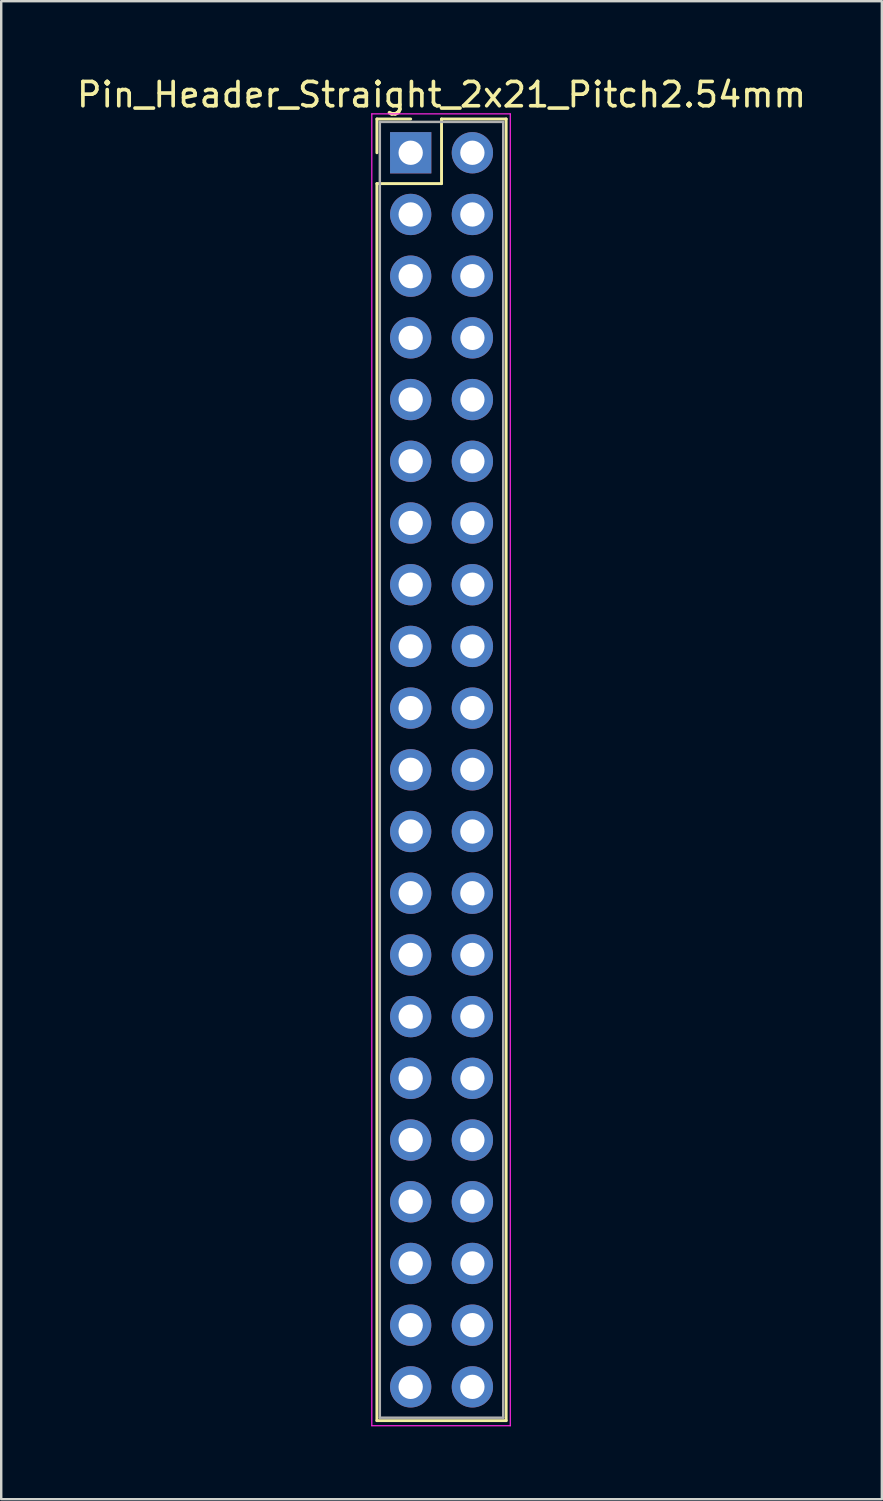
<source format=kicad_pcb>
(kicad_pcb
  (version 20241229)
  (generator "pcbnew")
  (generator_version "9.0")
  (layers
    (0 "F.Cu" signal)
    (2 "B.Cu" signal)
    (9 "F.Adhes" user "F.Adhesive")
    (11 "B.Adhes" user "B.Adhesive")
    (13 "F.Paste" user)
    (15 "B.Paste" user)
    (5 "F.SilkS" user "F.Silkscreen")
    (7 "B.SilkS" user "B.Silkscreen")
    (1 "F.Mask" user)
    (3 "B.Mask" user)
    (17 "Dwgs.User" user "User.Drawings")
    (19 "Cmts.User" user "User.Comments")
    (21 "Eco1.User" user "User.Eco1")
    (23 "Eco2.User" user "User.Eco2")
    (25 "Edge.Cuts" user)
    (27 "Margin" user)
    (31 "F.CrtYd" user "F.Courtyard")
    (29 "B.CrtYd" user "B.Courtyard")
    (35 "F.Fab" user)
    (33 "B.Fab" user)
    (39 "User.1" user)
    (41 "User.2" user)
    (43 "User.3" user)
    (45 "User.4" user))
  (footprint "Pin_Header_Straight_2x21_Pitch2.54mm"
    (layer "F.Cu")
    (at 13.855 3.238)
    (property "Reference" "Pin_Header_Straight_2x21_Pitch2.54mm" (at 1.27 -2.39 0) (layer "F.SilkS") (effects (font (size 1 1) (thickness 0.15))))
    (attr through_hole)
    (fp_line (start -1.39 -1.39) (end 0 -1.39) (stroke (width 0.12) (type solid)) (layer "F.SilkS"))
    (fp_line (start -1.39 0) (end -1.39 -1.39) (stroke (width 0.12) (type solid)) (layer "F.SilkS"))
    (fp_line (start -1.39 1.27) (end -1.39 52.19) (stroke (width 0.12) (type solid)) (layer "F.SilkS"))
    (fp_line (start -1.39 52.19) (end 3.93 52.19) (stroke (width 0.12) (type solid)) (layer "F.SilkS"))
    (fp_line (start 1.27 -1.39) (end 1.27 1.27) (stroke (width 0.12) (type solid)) (layer "F.SilkS"))
    (fp_line (start 1.27 1.27) (end -1.39 1.27) (stroke (width 0.12) (type solid)) (layer "F.SilkS"))
    (fp_line (start 3.93 -1.39) (end 1.27 -1.39) (stroke (width 0.12) (type solid)) (layer "F.SilkS"))
    (fp_line (start 3.93 52.19) (end 3.93 -1.39) (stroke (width 0.12) (type solid)) (layer "F.SilkS"))
    (fp_line (start -1.6 -1.6) (end -1.6 52.4) (stroke (width 0.05) (type solid)) (layer "F.CrtYd"))
    (fp_line (start -1.6 52.4) (end 4.1 52.4) (stroke (width 0.05) (type solid)) (layer "F.CrtYd"))
    (fp_line (start 4.1 -1.6) (end -1.6 -1.6) (stroke (width 0.05) (type solid)) (layer "F.CrtYd"))
    (fp_line (start 4.1 52.4) (end 4.1 -1.6) (stroke (width 0.05) (type solid)) (layer "F.CrtYd"))
    (fp_line (start -1.27 -1.27) (end -1.27 52.07) (stroke (width 0.1) (type solid)) (layer "F.Fab"))
    (fp_line (start -1.27 52.07) (end 3.81 52.07) (stroke (width 0.1) (type solid)) (layer "F.Fab"))
    (fp_line (start 3.81 -1.27) (end -1.27 -1.27) (stroke (width 0.1) (type solid)) (layer "F.Fab"))
    (fp_line (start 3.81 52.07) (end 3.81 -1.27) (stroke (width 0.1) (type solid)) (layer "F.Fab"))
    (pad "1" thru_hole rect (at 0 0) (size 1.7 1.7) (drill 1) (layers "*.Cu" "*.Mask"))
    (pad "2" thru_hole oval (at 2.54 0) (size 1.7 1.7) (drill 1) (layers "*.Cu" "*.Mask"))
    (pad "3" thru_hole oval (at 0 2.54) (size 1.7 1.7) (drill 1) (layers "*.Cu" "*.Mask"))
    (pad "4" thru_hole oval (at 2.54 2.54) (size 1.7 1.7) (drill 1) (layers "*.Cu" "*.Mask"))
    (pad "5" thru_hole oval (at 0 5.08) (size 1.7 1.7) (drill 1) (layers "*.Cu" "*.Mask"))
    (pad "6" thru_hole oval (at 2.54 5.08) (size 1.7 1.7) (drill 1) (layers "*.Cu" "*.Mask"))
    (pad "7" thru_hole oval (at 0 7.62) (size 1.7 1.7) (drill 1) (layers "*.Cu" "*.Mask"))
    (pad "8" thru_hole oval (at 2.54 7.62) (size 1.7 1.7) (drill 1) (layers "*.Cu" "*.Mask"))
    (pad "9" thru_hole oval (at 0 10.16) (size 1.7 1.7) (drill 1) (layers "*.Cu" "*.Mask"))
    (pad "10" thru_hole oval (at 2.54 10.16) (size 1.7 1.7) (drill 1) (layers "*.Cu" "*.Mask"))
    (pad "11" thru_hole oval (at 0 12.7) (size 1.7 1.7) (drill 1) (layers "*.Cu" "*.Mask"))
    (pad "12" thru_hole oval (at 2.54 12.7) (size 1.7 1.7) (drill 1) (layers "*.Cu" "*.Mask"))
    (pad "13" thru_hole oval (at 0 15.24) (size 1.7 1.7) (drill 1) (layers "*.Cu" "*.Mask"))
    (pad "14" thru_hole oval (at 2.54 15.24) (size 1.7 1.7) (drill 1) (layers "*.Cu" "*.Mask"))
    (pad "15" thru_hole oval (at 0 17.78) (size 1.7 1.7) (drill 1) (layers "*.Cu" "*.Mask"))
    (pad "16" thru_hole oval (at 2.54 17.78) (size 1.7 1.7) (drill 1) (layers "*.Cu" "*.Mask"))
    (pad "17" thru_hole oval (at 0 20.32) (size 1.7 1.7) (drill 1) (layers "*.Cu" "*.Mask"))
    (pad "18" thru_hole oval (at 2.54 20.32) (size 1.7 1.7) (drill 1) (layers "*.Cu" "*.Mask"))
    (pad "19" thru_hole oval (at 0 22.86) (size 1.7 1.7) (drill 1) (layers "*.Cu" "*.Mask"))
    (pad "20" thru_hole oval (at 2.54 22.86) (size 1.7 1.7) (drill 1) (layers "*.Cu" "*.Mask"))
    (pad "21" thru_hole oval (at 0 25.4) (size 1.7 1.7) (drill 1) (layers "*.Cu" "*.Mask"))
    (pad "22" thru_hole oval (at 2.54 25.4) (size 1.7 1.7) (drill 1) (layers "*.Cu" "*.Mask"))
    (pad "23" thru_hole oval (at 0 27.94) (size 1.7 1.7) (drill 1) (layers "*.Cu" "*.Mask"))
    (pad "24" thru_hole oval (at 2.54 27.94) (size 1.7 1.7) (drill 1) (layers "*.Cu" "*.Mask"))
    (pad "25" thru_hole oval (at 0 30.48) (size 1.7 1.7) (drill 1) (layers "*.Cu" "*.Mask"))
    (pad "26" thru_hole oval (at 2.54 30.48) (size 1.7 1.7) (drill 1) (layers "*.Cu" "*.Mask"))
    (pad "27" thru_hole oval (at 0 33.02) (size 1.7 1.7) (drill 1) (layers "*.Cu" "*.Mask"))
    (pad "28" thru_hole oval (at 2.54 33.02) (size 1.7 1.7) (drill 1) (layers "*.Cu" "*.Mask"))
    (pad "29" thru_hole oval (at 0 35.56) (size 1.7 1.7) (drill 1) (layers "*.Cu" "*.Mask"))
    (pad "30" thru_hole oval (at 2.54 35.56) (size 1.7 1.7) (drill 1) (layers "*.Cu" "*.Mask"))
    (pad "31" thru_hole oval (at 0 38.1) (size 1.7 1.7) (drill 1) (layers "*.Cu" "*.Mask"))
    (pad "32" thru_hole oval (at 2.54 38.1) (size 1.7 1.7) (drill 1) (layers "*.Cu" "*.Mask"))
    (pad "33" thru_hole oval (at 0 40.64) (size 1.7 1.7) (drill 1) (layers "*.Cu" "*.Mask"))
    (pad "34" thru_hole oval (at 2.54 40.64) (size 1.7 1.7) (drill 1) (layers "*.Cu" "*.Mask"))
    (pad "35" thru_hole oval (at 0 43.18) (size 1.7 1.7) (drill 1) (layers "*.Cu" "*.Mask"))
    (pad "36" thru_hole oval (at 2.54 43.18) (size 1.7 1.7) (drill 1) (layers "*.Cu" "*.Mask"))
    (pad "37" thru_hole oval (at 0 45.72) (size 1.7 1.7) (drill 1) (layers "*.Cu" "*.Mask"))
    (pad "38" thru_hole oval (at 2.54 45.72) (size 1.7 1.7) (drill 1) (layers "*.Cu" "*.Mask"))
    (pad "39" thru_hole oval (at 0 48.26) (size 1.7 1.7) (drill 1) (layers "*.Cu" "*.Mask"))
    (pad "40" thru_hole oval (at 2.54 48.26) (size 1.7 1.7) (drill 1) (layers "*.Cu" "*.Mask"))
    (pad "41" thru_hole oval (at 0 50.8) (size 1.7 1.7) (drill 1) (layers "*.Cu" "*.Mask"))
    (pad "42" thru_hole oval (at 2.54 50.8) (size 1.7 1.7) (drill 1) (layers "*.Cu" "*.Mask")))
  (gr_rect
    (start -3 -3)
    (end 33.25 58.663)
    (stroke (width 0.1) (type default))
    (fill no)
    (layer "Edge.Cuts")))
</source>
